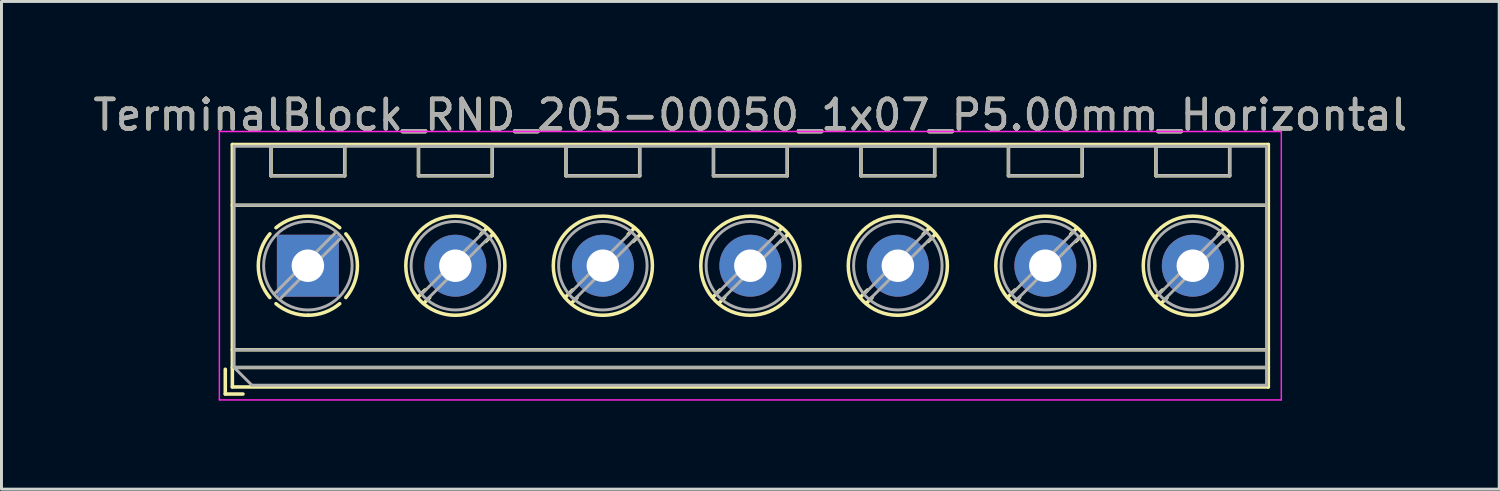
<source format=kicad_pcb>
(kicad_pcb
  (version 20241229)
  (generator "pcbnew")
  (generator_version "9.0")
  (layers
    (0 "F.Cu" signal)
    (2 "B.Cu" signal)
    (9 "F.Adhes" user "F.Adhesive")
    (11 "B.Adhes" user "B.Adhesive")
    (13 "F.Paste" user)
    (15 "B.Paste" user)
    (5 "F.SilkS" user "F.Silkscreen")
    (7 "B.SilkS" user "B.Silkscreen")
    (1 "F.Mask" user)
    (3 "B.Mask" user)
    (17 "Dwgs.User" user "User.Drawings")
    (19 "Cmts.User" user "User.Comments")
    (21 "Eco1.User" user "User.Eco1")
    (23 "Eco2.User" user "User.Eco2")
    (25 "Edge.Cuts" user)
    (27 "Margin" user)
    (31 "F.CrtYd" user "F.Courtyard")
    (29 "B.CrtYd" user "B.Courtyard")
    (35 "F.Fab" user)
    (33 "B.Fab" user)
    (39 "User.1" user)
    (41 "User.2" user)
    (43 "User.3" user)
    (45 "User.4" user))
  (footprint "TerminalBlock_RND_205-00050_1x07_P5.00mm_Horizontal"
    (layer "F.Cu")
    (at 7.387 5.958)
    (property "Reference" "TerminalBlock_RND_205-00050_1x07_P5.00mm_Horizontal" (at 15 -5.11 0) (layer "F.SilkS") (effects (font (size 1 1) (thickness 0.15))))
    (attr through_hole)
    (fp_line (start -2.8 3.51) (end -2.8 4.35) (stroke (width 0.12) (type solid)) (layer "F.SilkS"))
    (fp_line (start -2.8 4.35) (end -2.2 4.35) (stroke (width 0.12) (type solid)) (layer "F.SilkS"))
    (fp_line (start -2.56 -4.11) (end -2.56 4.11) (stroke (width 0.12) (type solid)) (layer "F.SilkS"))
    (fp_line (start -2.56 -4.11) (end 32.56 -4.11) (stroke (width 0.12) (type solid)) (layer "F.SilkS"))
    (fp_line (start -2.56 -2.05) (end 32.56 -2.05) (stroke (width 0.12) (type solid)) (layer "F.SilkS"))
    (fp_line (start -2.56 2.85) (end 32.56 2.85) (stroke (width 0.12) (type solid)) (layer "F.SilkS"))
    (fp_line (start -2.56 3.45) (end 32.56 3.45) (stroke (width 0.12) (type solid)) (layer "F.SilkS"))
    (fp_line (start -2.56 4.11) (end 32.56 4.11) (stroke (width 0.12) (type solid)) (layer "F.SilkS"))
    (fp_line (start -1.25 -4.05) (end -1.25 -3.05) (stroke (width 0.12) (type solid)) (layer "F.SilkS"))
    (fp_line (start -1.25 -4.05) (end 1.25 -4.05) (stroke (width 0.12) (type solid)) (layer "F.SilkS"))
    (fp_line (start -1.25 -3.05) (end 1.25 -3.05) (stroke (width 0.12) (type solid)) (layer "F.SilkS"))
    (fp_line (start 1.25 -4.05) (end 1.25 -3.05) (stroke (width 0.12) (type solid)) (layer "F.SilkS"))
    (fp_line (start 3.75 -4.05) (end 3.75 -3.05) (stroke (width 0.12) (type solid)) (layer "F.SilkS"))
    (fp_line (start 3.75 -4.05) (end 6.25 -4.05) (stroke (width 0.12) (type solid)) (layer "F.SilkS"))
    (fp_line (start 3.75 -3.05) (end 6.25 -3.05) (stroke (width 0.12) (type solid)) (layer "F.SilkS"))
    (fp_line (start 3.972 0.823) (end 3.726 1.069) (stroke (width 0.12) (type solid)) (layer "F.SilkS"))
    (fp_line (start 4.13 1.075) (end 3.931 1.274) (stroke (width 0.12) (type solid)) (layer "F.SilkS"))
    (fp_line (start 6.07 -1.275) (end 5.859 -1.064) (stroke (width 0.12) (type solid)) (layer "F.SilkS"))
    (fp_line (start 6.25 -4.05) (end 6.25 -3.05) (stroke (width 0.12) (type solid)) (layer "F.SilkS"))
    (fp_line (start 6.275 -1.069) (end 6.029 -0.823) (stroke (width 0.12) (type solid)) (layer "F.SilkS"))
    (fp_line (start 8.75 -4.05) (end 8.75 -3.05) (stroke (width 0.12) (type solid)) (layer "F.SilkS"))
    (fp_line (start 8.75 -4.05) (end 11.25 -4.05) (stroke (width 0.12) (type solid)) (layer "F.SilkS"))
    (fp_line (start 8.75 -3.05) (end 11.25 -3.05) (stroke (width 0.12) (type solid)) (layer "F.SilkS"))
    (fp_line (start 8.972 0.823) (end 8.726 1.069) (stroke (width 0.12) (type solid)) (layer "F.SilkS"))
    (fp_line (start 9.13 1.075) (end 8.931 1.274) (stroke (width 0.12) (type solid)) (layer "F.SilkS"))
    (fp_line (start 11.07 -1.275) (end 10.859 -1.064) (stroke (width 0.12) (type solid)) (layer "F.SilkS"))
    (fp_line (start 11.25 -4.05) (end 11.25 -3.05) (stroke (width 0.12) (type solid)) (layer "F.SilkS"))
    (fp_line (start 11.275 -1.069) (end 11.029 -0.823) (stroke (width 0.12) (type solid)) (layer "F.SilkS"))
    (fp_line (start 13.75 -4.05) (end 13.75 -3.05) (stroke (width 0.12) (type solid)) (layer "F.SilkS"))
    (fp_line (start 13.75 -4.05) (end 16.25 -4.05) (stroke (width 0.12) (type solid)) (layer "F.SilkS"))
    (fp_line (start 13.75 -3.05) (end 16.25 -3.05) (stroke (width 0.12) (type solid)) (layer "F.SilkS"))
    (fp_line (start 13.972 0.823) (end 13.726 1.069) (stroke (width 0.12) (type solid)) (layer "F.SilkS"))
    (fp_line (start 14.13 1.075) (end 13.931 1.274) (stroke (width 0.12) (type solid)) (layer "F.SilkS"))
    (fp_line (start 16.07 -1.275) (end 15.859 -1.064) (stroke (width 0.12) (type solid)) (layer "F.SilkS"))
    (fp_line (start 16.25 -4.05) (end 16.25 -3.05) (stroke (width 0.12) (type solid)) (layer "F.SilkS"))
    (fp_line (start 16.275 -1.069) (end 16.029 -0.823) (stroke (width 0.12) (type solid)) (layer "F.SilkS"))
    (fp_line (start 18.75 -4.05) (end 18.75 -3.05) (stroke (width 0.12) (type solid)) (layer "F.SilkS"))
    (fp_line (start 18.75 -4.05) (end 21.25 -4.05) (stroke (width 0.12) (type solid)) (layer "F.SilkS"))
    (fp_line (start 18.75 -3.05) (end 21.25 -3.05) (stroke (width 0.12) (type solid)) (layer "F.SilkS"))
    (fp_line (start 18.972 0.823) (end 18.726 1.069) (stroke (width 0.12) (type solid)) (layer "F.SilkS"))
    (fp_line (start 19.13 1.075) (end 18.931 1.274) (stroke (width 0.12) (type solid)) (layer "F.SilkS"))
    (fp_line (start 21.07 -1.275) (end 20.859 -1.064) (stroke (width 0.12) (type solid)) (layer "F.SilkS"))
    (fp_line (start 21.25 -4.05) (end 21.25 -3.05) (stroke (width 0.12) (type solid)) (layer "F.SilkS"))
    (fp_line (start 21.275 -1.069) (end 21.029 -0.823) (stroke (width 0.12) (type solid)) (layer "F.SilkS"))
    (fp_line (start 23.75 -4.05) (end 23.75 -3.05) (stroke (width 0.12) (type solid)) (layer "F.SilkS"))
    (fp_line (start 23.75 -4.05) (end 26.25 -4.05) (stroke (width 0.12) (type solid)) (layer "F.SilkS"))
    (fp_line (start 23.75 -3.05) (end 26.25 -3.05) (stroke (width 0.12) (type solid)) (layer "F.SilkS"))
    (fp_line (start 23.972 0.823) (end 23.726 1.069) (stroke (width 0.12) (type solid)) (layer "F.SilkS"))
    (fp_line (start 24.13 1.075) (end 23.931 1.274) (stroke (width 0.12) (type solid)) (layer "F.SilkS"))
    (fp_line (start 26.07 -1.275) (end 25.859 -1.064) (stroke (width 0.12) (type solid)) (layer "F.SilkS"))
    (fp_line (start 26.25 -4.05) (end 26.25 -3.05) (stroke (width 0.12) (type solid)) (layer "F.SilkS"))
    (fp_line (start 26.275 -1.069) (end 26.029 -0.823) (stroke (width 0.12) (type solid)) (layer "F.SilkS"))
    (fp_line (start 28.75 -4.05) (end 28.75 -3.05) (stroke (width 0.12) (type solid)) (layer "F.SilkS"))
    (fp_line (start 28.75 -4.05) (end 31.25 -4.05) (stroke (width 0.12) (type solid)) (layer "F.SilkS"))
    (fp_line (start 28.75 -3.05) (end 31.25 -3.05) (stroke (width 0.12) (type solid)) (layer "F.SilkS"))
    (fp_line (start 28.972 0.823) (end 28.726 1.069) (stroke (width 0.12) (type solid)) (layer "F.SilkS"))
    (fp_line (start 29.13 1.075) (end 28.931 1.274) (stroke (width 0.12) (type solid)) (layer "F.SilkS"))
    (fp_line (start 31.07 -1.275) (end 30.859 -1.064) (stroke (width 0.12) (type solid)) (layer "F.SilkS"))
    (fp_line (start 31.25 -4.05) (end 31.25 -3.05) (stroke (width 0.12) (type solid)) (layer "F.SilkS"))
    (fp_line (start 31.275 -1.069) (end 31.029 -0.823) (stroke (width 0.12) (type solid)) (layer "F.SilkS"))
    (fp_line (start 32.56 -4.11) (end 32.56 4.11) (stroke (width 0.12) (type solid)) (layer "F.SilkS"))
    (fp_arc (start -1.288062 1.079734) (mid -1.680752 -0.000826) (end -1.287 -1.081) (stroke (width 0.12) (type solid)) (layer "F.SilkS"))
    (fp_arc (start -1.079908 -1.287078) (mid 0.00006 -1.68011) (end 1.08 -1.287) (stroke (width 0.12) (type solid)) (layer "F.SilkS"))
    (fp_arc (start 0.028507 1.680511) (mid -0.561826 1.584071) (end -1.081 1.287) (stroke (width 0.12) (type solid)) (layer "F.SilkS"))
    (fp_arc (start 1.079883 1.286955) (mid 0.574594 1.578684) (end 0 1.68) (stroke (width 0.12) (type solid)) (layer "F.SilkS"))
    (fp_arc (start 1.287078 -1.079908) (mid 1.68011 0.00006) (end 1.287 1.08) (stroke (width 0.12) (type solid)) (layer "F.SilkS"))
    (fp_circle (center 5 0) (end 6.68 0) (stroke (width 0.12) (type solid)) (fill no) (layer "F.SilkS"))
    (fp_circle (center 10 0) (end 11.68 0) (stroke (width 0.12) (type solid)) (fill no) (layer "F.SilkS"))
    (fp_circle (center 15 0) (end 16.68 0) (stroke (width 0.12) (type solid)) (fill no) (layer "F.SilkS"))
    (fp_circle (center 20 0) (end 21.68 0) (stroke (width 0.12) (type solid)) (fill no) (layer "F.SilkS"))
    (fp_circle (center 25 0) (end 26.68 0) (stroke (width 0.12) (type solid)) (fill no) (layer "F.SilkS"))
    (fp_circle (center 30 0) (end 31.68 0) (stroke (width 0.12) (type solid)) (fill no) (layer "F.SilkS"))
    (fp_line (start -3 -4.55) (end -3 4.55) (stroke (width 0.05) (type solid)) (layer "F.CrtYd"))
    (fp_line (start -3 4.55) (end 33 4.55) (stroke (width 0.05) (type solid)) (layer "F.CrtYd"))
    (fp_line (start 33 -4.55) (end -3 -4.55) (stroke (width 0.05) (type solid)) (layer "F.CrtYd"))
    (fp_line (start 33 4.55) (end 33 -4.55) (stroke (width 0.05) (type solid)) (layer "F.CrtYd"))
    (fp_line (start -2.5 -4.05) (end 32.5 -4.05) (stroke (width 0.1) (type solid)) (layer "F.Fab"))
    (fp_line (start -2.5 -2.05) (end 32.5 -2.05) (stroke (width 0.1) (type solid)) (layer "F.Fab"))
    (fp_line (start -2.5 2.85) (end 32.5 2.85) (stroke (width 0.1) (type solid)) (layer "F.Fab"))
    (fp_line (start -2.5 3.45) (end -2.5 -4.05) (stroke (width 0.1) (type solid)) (layer "F.Fab"))
    (fp_line (start -2.5 3.45) (end 32.5 3.45) (stroke (width 0.1) (type solid)) (layer "F.Fab"))
    (fp_line (start -1.9 4.05) (end -2.5 3.45) (stroke (width 0.1) (type solid)) (layer "F.Fab"))
    (fp_line (start -1.25 -4.05) (end -1.25 -3.05) (stroke (width 0.1) (type solid)) (layer "F.Fab"))
    (fp_line (start -1.25 -3.05) (end 1.25 -3.05) (stroke (width 0.1) (type solid)) (layer "F.Fab"))
    (fp_line (start 0.955 -1.138) (end -1.138 0.955) (stroke (width 0.1) (type solid)) (layer "F.Fab"))
    (fp_line (start 1.138 -0.955) (end -0.955 1.138) (stroke (width 0.1) (type solid)) (layer "F.Fab"))
    (fp_line (start 1.25 -4.05) (end -1.25 -4.05) (stroke (width 0.1) (type solid)) (layer "F.Fab"))
    (fp_line (start 1.25 -3.05) (end 1.25 -4.05) (stroke (width 0.1) (type solid)) (layer "F.Fab"))
    (fp_line (start 3.75 -4.05) (end 3.75 -3.05) (stroke (width 0.1) (type solid)) (layer "F.Fab"))
    (fp_line (start 3.75 -3.05) (end 6.25 -3.05) (stroke (width 0.1) (type solid)) (layer "F.Fab"))
    (fp_line (start 5.955 -1.138) (end 3.863 0.955) (stroke (width 0.1) (type solid)) (layer "F.Fab"))
    (fp_line (start 6.138 -0.955) (end 4.046 1.138) (stroke (width 0.1) (type solid)) (layer "F.Fab"))
    (fp_line (start 6.25 -4.05) (end 3.75 -4.05) (stroke (width 0.1) (type solid)) (layer "F.Fab"))
    (fp_line (start 6.25 -3.05) (end 6.25 -4.05) (stroke (width 0.1) (type solid)) (layer "F.Fab"))
    (fp_line (start 8.75 -4.05) (end 8.75 -3.05) (stroke (width 0.1) (type solid)) (layer "F.Fab"))
    (fp_line (start 8.75 -3.05) (end 11.25 -3.05) (stroke (width 0.1) (type solid)) (layer "F.Fab"))
    (fp_line (start 10.955 -1.138) (end 8.863 0.955) (stroke (width 0.1) (type solid)) (layer "F.Fab"))
    (fp_line (start 11.138 -0.955) (end 9.046 1.138) (stroke (width 0.1) (type solid)) (layer "F.Fab"))
    (fp_line (start 11.25 -4.05) (end 8.75 -4.05) (stroke (width 0.1) (type solid)) (layer "F.Fab"))
    (fp_line (start 11.25 -3.05) (end 11.25 -4.05) (stroke (width 0.1) (type solid)) (layer "F.Fab"))
    (fp_line (start 13.75 -4.05) (end 13.75 -3.05) (stroke (width 0.1) (type solid)) (layer "F.Fab"))
    (fp_line (start 13.75 -3.05) (end 16.25 -3.05) (stroke (width 0.1) (type solid)) (layer "F.Fab"))
    (fp_line (start 15.955 -1.138) (end 13.863 0.955) (stroke (width 0.1) (type solid)) (layer "F.Fab"))
    (fp_line (start 16.138 -0.955) (end 14.046 1.138) (stroke (width 0.1) (type solid)) (layer "F.Fab"))
    (fp_line (start 16.25 -4.05) (end 13.75 -4.05) (stroke (width 0.1) (type solid)) (layer "F.Fab"))
    (fp_line (start 16.25 -3.05) (end 16.25 -4.05) (stroke (width 0.1) (type solid)) (layer "F.Fab"))
    (fp_line (start 18.75 -4.05) (end 18.75 -3.05) (stroke (width 0.1) (type solid)) (layer "F.Fab"))
    (fp_line (start 18.75 -3.05) (end 21.25 -3.05) (stroke (width 0.1) (type solid)) (layer "F.Fab"))
    (fp_line (start 20.955 -1.138) (end 18.863 0.955) (stroke (width 0.1) (type solid)) (layer "F.Fab"))
    (fp_line (start 21.138 -0.955) (end 19.046 1.138) (stroke (width 0.1) (type solid)) (layer "F.Fab"))
    (fp_line (start 21.25 -4.05) (end 18.75 -4.05) (stroke (width 0.1) (type solid)) (layer "F.Fab"))
    (fp_line (start 21.25 -3.05) (end 21.25 -4.05) (stroke (width 0.1) (type solid)) (layer "F.Fab"))
    (fp_line (start 23.75 -4.05) (end 23.75 -3.05) (stroke (width 0.1) (type solid)) (layer "F.Fab"))
    (fp_line (start 23.75 -3.05) (end 26.25 -3.05) (stroke (width 0.1) (type solid)) (layer "F.Fab"))
    (fp_line (start 25.955 -1.138) (end 23.863 0.955) (stroke (width 0.1) (type solid)) (layer "F.Fab"))
    (fp_line (start 26.138 -0.955) (end 24.046 1.138) (stroke (width 0.1) (type solid)) (layer "F.Fab"))
    (fp_line (start 26.25 -4.05) (end 23.75 -4.05) (stroke (width 0.1) (type solid)) (layer "F.Fab"))
    (fp_line (start 26.25 -3.05) (end 26.25 -4.05) (stroke (width 0.1) (type solid)) (layer "F.Fab"))
    (fp_line (start 28.75 -4.05) (end 28.75 -3.05) (stroke (width 0.1) (type solid)) (layer "F.Fab"))
    (fp_line (start 28.75 -3.05) (end 31.25 -3.05) (stroke (width 0.1) (type solid)) (layer "F.Fab"))
    (fp_line (start 30.955 -1.138) (end 28.863 0.955) (stroke (width 0.1) (type solid)) (layer "F.Fab"))
    (fp_line (start 31.138 -0.955) (end 29.046 1.138) (stroke (width 0.1) (type solid)) (layer "F.Fab"))
    (fp_line (start 31.25 -4.05) (end 28.75 -4.05) (stroke (width 0.1) (type solid)) (layer "F.Fab"))
    (fp_line (start 31.25 -3.05) (end 31.25 -4.05) (stroke (width 0.1) (type solid)) (layer "F.Fab"))
    (fp_line (start 32.5 -4.05) (end 32.5 4.05) (stroke (width 0.1) (type solid)) (layer "F.Fab"))
    (fp_line (start 32.5 4.05) (end -1.9 4.05) (stroke (width 0.1) (type solid)) (layer "F.Fab"))
    (fp_circle (center 0 0) (end 1.5 0) (stroke (width 0.1) (type solid)) (fill no) (layer "F.Fab"))
    (fp_circle (center 5 0) (end 6.5 0) (stroke (width 0.1) (type solid)) (fill no) (layer "F.Fab"))
    (fp_circle (center 10 0) (end 11.5 0) (stroke (width 0.1) (type solid)) (fill no) (layer "F.Fab"))
    (fp_circle (center 15 0) (end 16.5 0) (stroke (width 0.1) (type solid)) (fill no) (layer "F.Fab"))
    (fp_circle (center 20 0) (end 21.5 0) (stroke (width 0.1) (type solid)) (fill no) (layer "F.Fab"))
    (fp_circle (center 25 0) (end 26.5 0) (stroke (width 0.1) (type solid)) (fill no) (layer "F.Fab"))
    (fp_circle (center 30 0) (end 31.5 0) (stroke (width 0.1) (type solid)) (fill no) (layer "F.Fab"))
    (fp_text user "${REFERENCE}" (at 15 -5.11 0) (layer "F.Fab") (effects (font (size 1 1) (thickness 0.15))))
    (pad "1" thru_hole rect (at 0 0) (size 2.1 2.1) (drill 1.1) (layers "*.Cu" "*.Mask"))
    (pad "2" thru_hole circle (at 5 0) (size 2.1 2.1) (drill 1.1) (layers "*.Cu" "*.Mask"))
    (pad "3" thru_hole circle (at 10 0) (size 2.1 2.1) (drill 1.1) (layers "*.Cu" "*.Mask"))
    (pad "4" thru_hole circle (at 15 0) (size 2.1 2.1) (drill 1.1) (layers "*.Cu" "*.Mask"))
    (pad "5" thru_hole circle (at 20 0) (size 2.1 2.1) (drill 1.1) (layers "*.Cu" "*.Mask"))
    (pad "6" thru_hole circle (at 25 0) (size 2.1 2.1) (drill 1.1) (layers "*.Cu" "*.Mask"))
    (pad "7" thru_hole circle (at 30 0) (size 2.1 2.1) (drill 1.1) (layers "*.Cu" "*.Mask")))
  (gr_rect
    (start -3 -3)
    (end 47.774 13.533)
    (stroke (width 0.1) (type default))
    (fill no)
    (layer "Edge.Cuts")))
</source>
